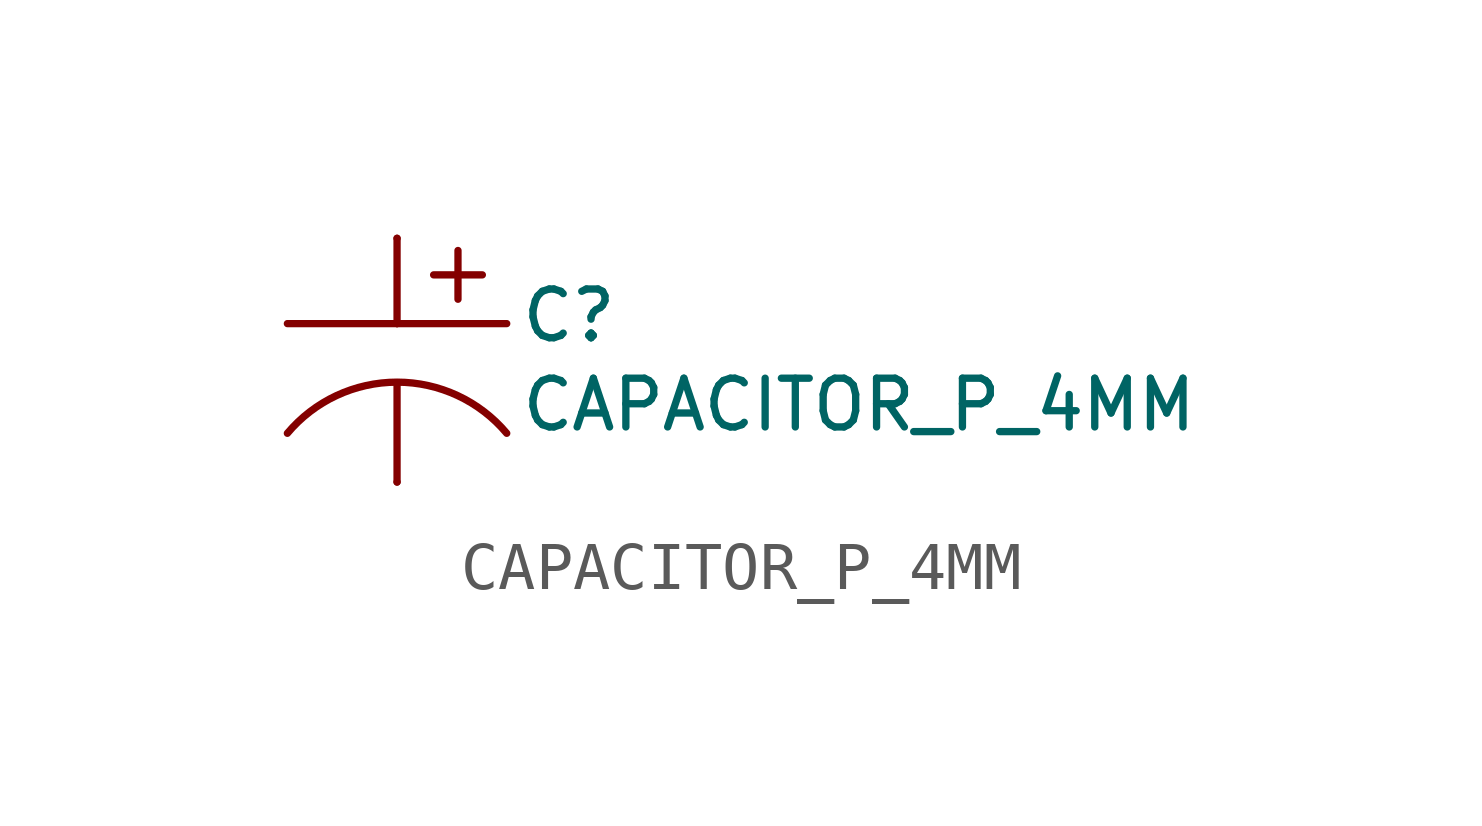
<source format=kicad_sym>
(kicad_symbol_lib
  (version 20211014)
  (generator kicad_symbol_editor)
  (symbol "CAPACITOR_P_4MM"
    (property "Reference" "C"
      (at 2.54 1.524 0)
      (effects (font (size 1.016 1.016)) (justify left top)))
    (property "Value" "CAPACITOR_P_4MM"
      (at 2.54 -1.524 0)
      (effects (font (size 1.016 1.016)) (justify left bottom)))
    (property "ki_locked" ""
      (at 0 0 0)
      (effects (font (size 1.27 1.27))))
    (symbol "CAPACITOR_P_4MM_1_0"
      (polyline (pts (xy -2.286 0.762) (xy 0 0.762)) (stroke (width 0.152) (type default) (color 0 0 0 0)) (fill (type none)))
      (polyline (pts (xy 0 -2.54) (xy 0 -0.508)) (stroke (width 0.152) (type default) (color 0 0 0 0)) (fill (type none)))
      (polyline (pts (xy 0 0.762) (xy 2.286 0.762)) (stroke (width 0.152) (type default) (color 0 0 0 0)) (fill (type none)))
      (polyline (pts (xy 0 2.54) (xy 0 0.762)) (stroke (width 0.152) (type default) (color 0 0 0 0)) (fill (type none)))
      (polyline (pts (xy 1.27 2.286) (xy 1.27 1.27)) (stroke (width 0.152) (type default) (color 0 0 0 0)) (fill (type none)))
      (polyline (pts (xy 1.778 1.778) (xy 0.762 1.778)) (stroke (width 0.152) (type default) (color 0 0 0 0)) (fill (type none)))
      (arc (start 2.286 -1.524) (mid 0 -0.458) (end -2.286 -1.524) (stroke (width 0.1524) (type default) (color 0 0 0 0)) (fill (type none)))
      (pin passive line (at 0 2.54 270) (length 0) (name "P$1" (effects (font (size 0 0)))) (number "P$1" (effects (font (size 0 0)))))
      (pin passive line (at 0 -2.54 90) (length 0) (name "P$2" (effects (font (size 0 0)))) (number "P$2" (effects (font (size 0 0))))))))
</source>
